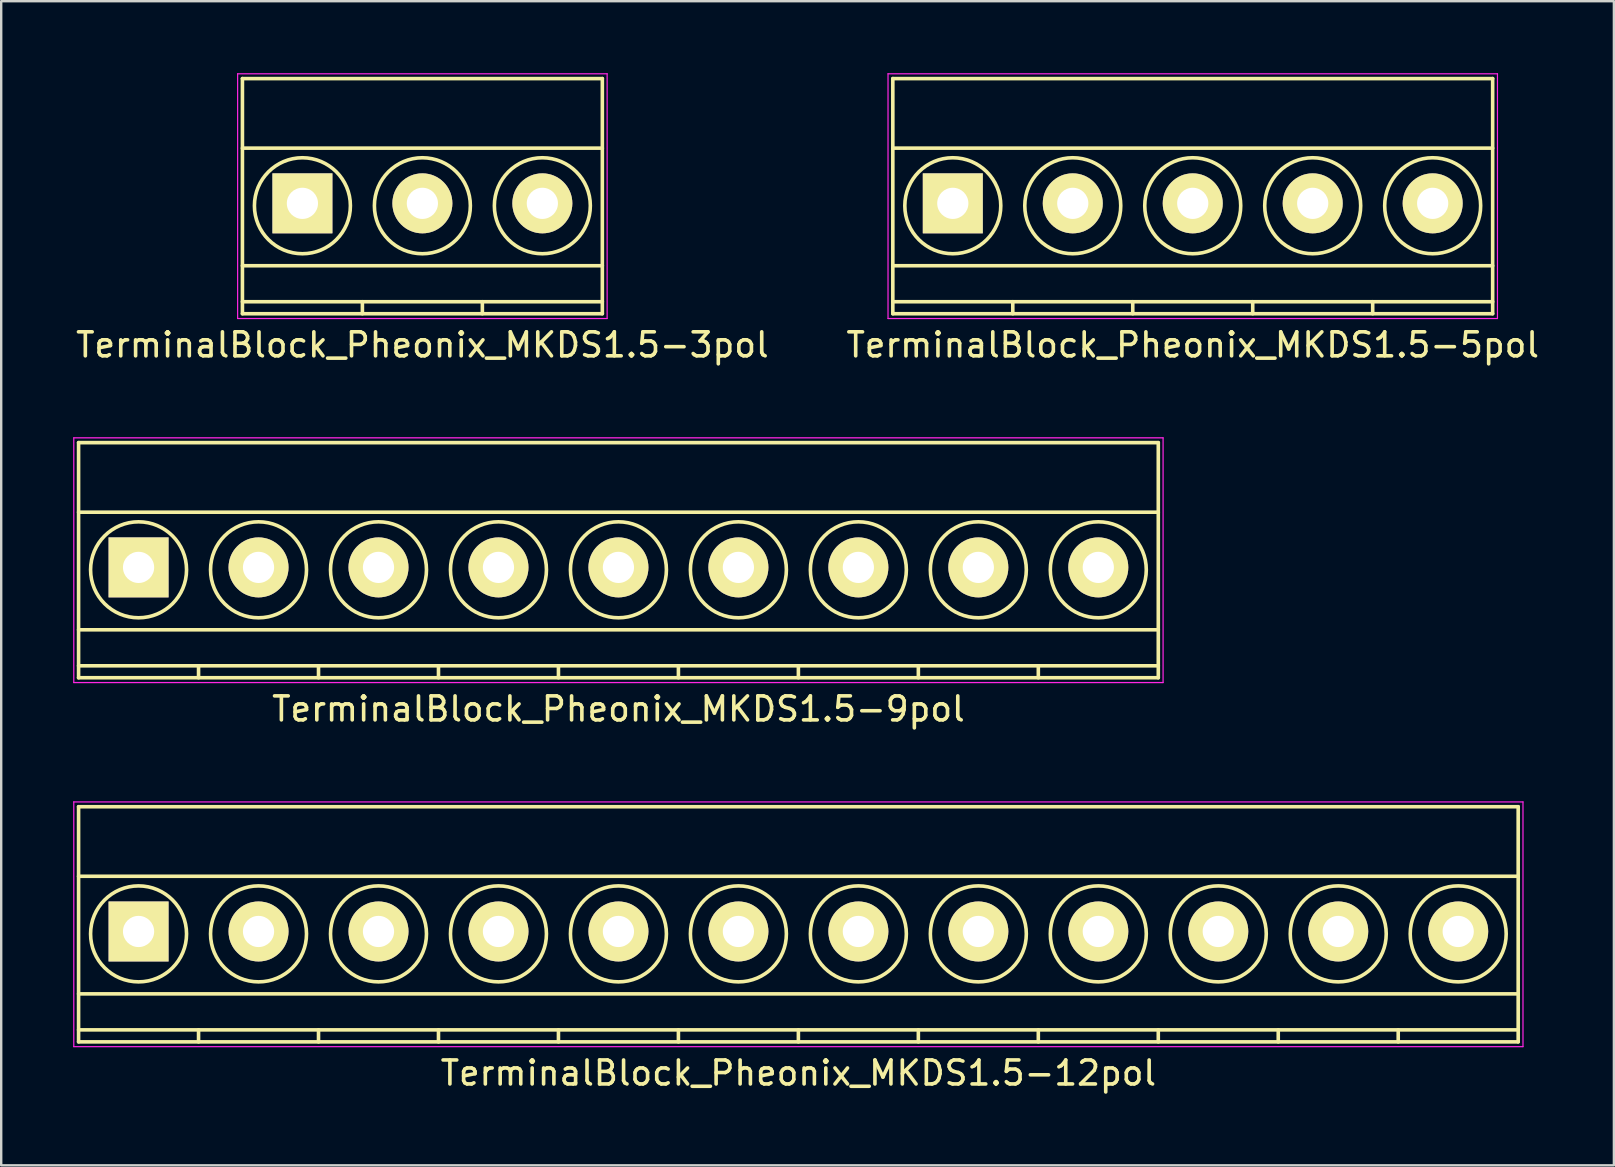
<source format=kicad_pcb>
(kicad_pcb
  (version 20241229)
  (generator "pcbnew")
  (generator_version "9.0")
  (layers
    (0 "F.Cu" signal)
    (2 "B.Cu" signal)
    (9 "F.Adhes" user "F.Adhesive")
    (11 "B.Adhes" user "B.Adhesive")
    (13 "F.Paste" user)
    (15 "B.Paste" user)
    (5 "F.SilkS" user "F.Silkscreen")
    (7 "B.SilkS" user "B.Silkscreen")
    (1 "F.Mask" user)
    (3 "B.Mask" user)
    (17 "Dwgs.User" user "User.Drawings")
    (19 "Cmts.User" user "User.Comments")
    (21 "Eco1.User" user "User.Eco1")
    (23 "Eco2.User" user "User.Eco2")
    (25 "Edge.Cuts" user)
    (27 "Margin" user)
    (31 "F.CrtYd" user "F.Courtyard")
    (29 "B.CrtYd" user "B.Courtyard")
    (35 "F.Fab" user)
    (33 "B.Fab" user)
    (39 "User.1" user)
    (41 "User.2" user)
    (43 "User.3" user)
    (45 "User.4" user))
  (footprint "TerminalBlock_Pheonix_MKDS1.5-3pol"
    (layer "F.Cu")
    (at 9.554 5.425)
    (property "Reference" "TerminalBlock_Pheonix_MKDS1.5-3pol" (at 5 5.9 0) (layer "F.SilkS") (effects (font (size 1 1) (thickness 0.15))))
    (attr through_hole)
    (fp_line (start -2.5 -5.2) (end -2.5 4.6) (stroke (width 0.15) (type solid)) (layer "F.SilkS"))
    (fp_line (start -2.5 -2.3) (end 12.5 -2.3) (stroke (width 0.15) (type solid)) (layer "F.SilkS"))
    (fp_line (start -2.5 2.6) (end 12.5 2.6) (stroke (width 0.15) (type solid)) (layer "F.SilkS"))
    (fp_line (start -2.5 4.1) (end 12.5 4.1) (stroke (width 0.15) (type solid)) (layer "F.SilkS"))
    (fp_line (start -2.5 4.6) (end 12.5 4.6) (stroke (width 0.15) (type solid)) (layer "F.SilkS"))
    (fp_line (start 2.5 4.1) (end 2.5 4.6) (stroke (width 0.15) (type solid)) (layer "F.SilkS"))
    (fp_line (start 7.5 4.1) (end 7.5 4.6) (stroke (width 0.15) (type solid)) (layer "F.SilkS"))
    (fp_line (start 12.5 -5.2) (end -2.5 -5.2) (stroke (width 0.15) (type solid)) (layer "F.SilkS"))
    (fp_line (start 12.5 4.6) (end 12.5 -5.2) (stroke (width 0.15) (type solid)) (layer "F.SilkS"))
    (fp_circle (center 0 0.1) (end 2 0.1) (stroke (width 0.15) (type solid)) (fill no) (layer "F.SilkS"))
    (fp_circle (center 5 0.1) (end 3 0.1) (stroke (width 0.15) (type solid)) (fill no) (layer "F.SilkS"))
    (fp_circle (center 10 0.1) (end 8 0.1) (stroke (width 0.15) (type solid)) (fill no) (layer "F.SilkS"))
    (fp_line (start -2.7 -5.4) (end 12.7 -5.4) (stroke (width 0.05) (type solid)) (layer "F.CrtYd"))
    (fp_line (start -2.7 4.8) (end -2.7 -5.4) (stroke (width 0.05) (type solid)) (layer "F.CrtYd"))
    (fp_line (start 12.7 -5.4) (end 12.7 4.8) (stroke (width 0.05) (type solid)) (layer "F.CrtYd"))
    (fp_line (start 12.7 4.8) (end -2.7 4.8) (stroke (width 0.05) (type solid)) (layer "F.CrtYd"))
    (pad "1" thru_hole rect (at 0 0) (size 2.5 2.5) (drill 1.3) (layers "*.Cu" "*.Mask" "F.SilkS"))
    (pad "2" thru_hole circle (at 5 0) (size 2.5 2.5) (drill 1.3) (layers "*.Cu" "*.Mask" "F.SilkS"))
    (pad "3" thru_hole circle (at 10 0) (size 2.5 2.5) (drill 1.3) (layers "*.Cu" "*.Mask" "F.SilkS")))
  (footprint "TerminalBlock_Pheonix_MKDS1.5-9pol"
    (layer "F.Cu")
    (at 2.725 20.598)
    (property "Reference" "TerminalBlock_Pheonix_MKDS1.5-9pol" (at 20 5.9 0) (layer "F.SilkS") (effects (font (size 1 1) (thickness 0.15))))
    (attr through_hole)
    (fp_line (start -2.5 -5.2) (end -2.5 4.6) (stroke (width 0.15) (type solid)) (layer "F.SilkS"))
    (fp_line (start -2.5 -2.3) (end 42.5 -2.3) (stroke (width 0.15) (type solid)) (layer "F.SilkS"))
    (fp_line (start -2.5 2.6) (end 42.5 2.6) (stroke (width 0.15) (type solid)) (layer "F.SilkS"))
    (fp_line (start -2.5 4.1) (end 42.5 4.1) (stroke (width 0.15) (type solid)) (layer "F.SilkS"))
    (fp_line (start -2.5 4.6) (end 42.5 4.6) (stroke (width 0.15) (type solid)) (layer "F.SilkS"))
    (fp_line (start 2.5 4.1) (end 2.5 4.6) (stroke (width 0.15) (type solid)) (layer "F.SilkS"))
    (fp_line (start 7.5 4.1) (end 7.5 4.6) (stroke (width 0.15) (type solid)) (layer "F.SilkS"))
    (fp_line (start 12.5 4.1) (end 12.5 4.6) (stroke (width 0.15) (type solid)) (layer "F.SilkS"))
    (fp_line (start 17.5 4.1) (end 17.5 4.6) (stroke (width 0.15) (type solid)) (layer "F.SilkS"))
    (fp_line (start 22.5 4.1) (end 22.5 4.6) (stroke (width 0.15) (type solid)) (layer "F.SilkS"))
    (fp_line (start 27.5 4.1) (end 27.5 4.6) (stroke (width 0.15) (type solid)) (layer "F.SilkS"))
    (fp_line (start 32.5 4.1) (end 32.5 4.6) (stroke (width 0.15) (type solid)) (layer "F.SilkS"))
    (fp_line (start 37.5 4.1) (end 37.5 4.6) (stroke (width 0.15) (type solid)) (layer "F.SilkS"))
    (fp_line (start 42.5 -5.2) (end -2.5 -5.2) (stroke (width 0.15) (type solid)) (layer "F.SilkS"))
    (fp_line (start 42.5 4.6) (end 42.5 -5.2) (stroke (width 0.15) (type solid)) (layer "F.SilkS"))
    (fp_circle (center 0 0.1) (end 2 0.1) (stroke (width 0.15) (type solid)) (fill no) (layer "F.SilkS"))
    (fp_circle (center 5 0.1) (end 3 0.1) (stroke (width 0.15) (type solid)) (fill no) (layer "F.SilkS"))
    (fp_circle (center 10 0.1) (end 8 0.1) (stroke (width 0.15) (type solid)) (fill no) (layer "F.SilkS"))
    (fp_circle (center 15 0.1) (end 13 0.1) (stroke (width 0.15) (type solid)) (fill no) (layer "F.SilkS"))
    (fp_circle (center 20 0.1) (end 18 0.1) (stroke (width 0.15) (type solid)) (fill no) (layer "F.SilkS"))
    (fp_circle (center 25 0.1) (end 23 0.1) (stroke (width 0.15) (type solid)) (fill no) (layer "F.SilkS"))
    (fp_circle (center 30 0.1) (end 28 0.1) (stroke (width 0.15) (type solid)) (fill no) (layer "F.SilkS"))
    (fp_circle (center 35 0.1) (end 33 0.1) (stroke (width 0.15) (type solid)) (fill no) (layer "F.SilkS"))
    (fp_circle (center 40 0.1) (end 38 0.1) (stroke (width 0.15) (type solid)) (fill no) (layer "F.SilkS"))
    (fp_line (start -2.7 -5.4) (end 42.7 -5.4) (stroke (width 0.05) (type solid)) (layer "F.CrtYd"))
    (fp_line (start -2.7 4.8) (end -2.7 -5.4) (stroke (width 0.05) (type solid)) (layer "F.CrtYd"))
    (fp_line (start 42.7 -5.4) (end 42.7 4.8) (stroke (width 0.05) (type solid)) (layer "F.CrtYd"))
    (fp_line (start 42.7 4.8) (end -2.7 4.8) (stroke (width 0.05) (type solid)) (layer "F.CrtYd"))
    (pad "1" thru_hole rect (at 0 0) (size 2.5 2.5) (drill 1.3) (layers "*.Cu" "*.Mask" "F.SilkS"))
    (pad "2" thru_hole circle (at 5 0) (size 2.5 2.5) (drill 1.3) (layers "*.Cu" "*.Mask" "F.SilkS"))
    (pad "3" thru_hole circle (at 10 0) (size 2.5 2.5) (drill 1.3) (layers "*.Cu" "*.Mask" "F.SilkS"))
    (pad "4" thru_hole circle (at 15 0) (size 2.5 2.5) (drill 1.3) (layers "*.Cu" "*.Mask" "F.SilkS"))
    (pad "5" thru_hole circle (at 20 0) (size 2.5 2.5) (drill 1.3) (layers "*.Cu" "*.Mask" "F.SilkS"))
    (pad "6" thru_hole circle (at 25 0) (size 2.5 2.5) (drill 1.3) (layers "*.Cu" "*.Mask" "F.SilkS"))
    (pad "7" thru_hole circle (at 30 0) (size 2.5 2.5) (drill 1.3) (layers "*.Cu" "*.Mask" "F.SilkS"))
    (pad "8" thru_hole circle (at 35 0) (size 2.5 2.5) (drill 1.3) (layers "*.Cu" "*.Mask" "F.SilkS"))
    (pad "9" thru_hole circle (at 40 0) (size 2.5 2.5) (drill 1.3) (layers "*.Cu" "*.Mask" "F.SilkS")))
  (footprint "TerminalBlock_Pheonix_MKDS1.5-12pol"
    (layer "F.Cu")
    (at 2.725 35.772)
    (property "Reference" "TerminalBlock_Pheonix_MKDS1.5-12pol" (at 27.5 5.9 0) (layer "F.SilkS") (effects (font (size 1 1) (thickness 0.15))))
    (attr through_hole)
    (fp_line (start -2.5 -5.2) (end -2.5 4.6) (stroke (width 0.15) (type solid)) (layer "F.SilkS"))
    (fp_line (start -2.5 -2.3) (end 57.5 -2.3) (stroke (width 0.15) (type solid)) (layer "F.SilkS"))
    (fp_line (start -2.5 2.6) (end 57.5 2.6) (stroke (width 0.15) (type solid)) (layer "F.SilkS"))
    (fp_line (start -2.5 4.1) (end 57.5 4.1) (stroke (width 0.15) (type solid)) (layer "F.SilkS"))
    (fp_line (start -2.5 4.6) (end 57.5 4.6) (stroke (width 0.15) (type solid)) (layer "F.SilkS"))
    (fp_line (start 2.5 4.1) (end 2.5 4.6) (stroke (width 0.15) (type solid)) (layer "F.SilkS"))
    (fp_line (start 7.5 4.1) (end 7.5 4.6) (stroke (width 0.15) (type solid)) (layer "F.SilkS"))
    (fp_line (start 12.5 4.1) (end 12.5 4.6) (stroke (width 0.15) (type solid)) (layer "F.SilkS"))
    (fp_line (start 17.5 4.1) (end 17.5 4.6) (stroke (width 0.15) (type solid)) (layer "F.SilkS"))
    (fp_line (start 22.5 4.1) (end 22.5 4.6) (stroke (width 0.15) (type solid)) (layer "F.SilkS"))
    (fp_line (start 27.5 4.1) (end 27.5 4.6) (stroke (width 0.15) (type solid)) (layer "F.SilkS"))
    (fp_line (start 32.5 4.1) (end 32.5 4.6) (stroke (width 0.15) (type solid)) (layer "F.SilkS"))
    (fp_line (start 37.5 4.1) (end 37.5 4.6) (stroke (width 0.15) (type solid)) (layer "F.SilkS"))
    (fp_line (start 42.5 4.1) (end 42.5 4.6) (stroke (width 0.15) (type solid)) (layer "F.SilkS"))
    (fp_line (start 47.5 4.1) (end 47.5 4.6) (stroke (width 0.15) (type solid)) (layer "F.SilkS"))
    (fp_line (start 52.5 4.1) (end 52.5 4.6) (stroke (width 0.15) (type solid)) (layer "F.SilkS"))
    (fp_line (start 57.5 -5.2) (end -2.5 -5.2) (stroke (width 0.15) (type solid)) (layer "F.SilkS"))
    (fp_line (start 57.5 4.6) (end 57.5 -5.2) (stroke (width 0.15) (type solid)) (layer "F.SilkS"))
    (fp_circle (center 0 0.1) (end 2 0.1) (stroke (width 0.15) (type solid)) (fill no) (layer "F.SilkS"))
    (fp_circle (center 5 0.1) (end 3 0.1) (stroke (width 0.15) (type solid)) (fill no) (layer "F.SilkS"))
    (fp_circle (center 10 0.1) (end 8 0.1) (stroke (width 0.15) (type solid)) (fill no) (layer "F.SilkS"))
    (fp_circle (center 15 0.1) (end 13 0.1) (stroke (width 0.15) (type solid)) (fill no) (layer "F.SilkS"))
    (fp_circle (center 20 0.1) (end 18 0.1) (stroke (width 0.15) (type solid)) (fill no) (layer "F.SilkS"))
    (fp_circle (center 25 0.1) (end 23 0.1) (stroke (width 0.15) (type solid)) (fill no) (layer "F.SilkS"))
    (fp_circle (center 30 0.1) (end 28 0.1) (stroke (width 0.15) (type solid)) (fill no) (layer "F.SilkS"))
    (fp_circle (center 35 0.1) (end 33 0.1) (stroke (width 0.15) (type solid)) (fill no) (layer "F.SilkS"))
    (fp_circle (center 40 0.1) (end 38 0.1) (stroke (width 0.15) (type solid)) (fill no) (layer "F.SilkS"))
    (fp_circle (center 45 0.1) (end 43 0.1) (stroke (width 0.15) (type solid)) (fill no) (layer "F.SilkS"))
    (fp_circle (center 50 0.1) (end 48 0.1) (stroke (width 0.15) (type solid)) (fill no) (layer "F.SilkS"))
    (fp_circle (center 55 0.1) (end 53 0.1) (stroke (width 0.15) (type solid)) (fill no) (layer "F.SilkS"))
    (fp_line (start -2.7 -5.4) (end 57.7 -5.4) (stroke (width 0.05) (type solid)) (layer "F.CrtYd"))
    (fp_line (start -2.7 4.8) (end -2.7 -5.4) (stroke (width 0.05) (type solid)) (layer "F.CrtYd"))
    (fp_line (start 57.7 -5.4) (end 57.7 4.8) (stroke (width 0.05) (type solid)) (layer "F.CrtYd"))
    (fp_line (start 57.7 4.8) (end -2.7 4.8) (stroke (width 0.05) (type solid)) (layer "F.CrtYd"))
    (pad "1" thru_hole rect (at 0 0) (size 2.5 2.5) (drill 1.3) (layers "*.Cu" "*.Mask" "F.SilkS"))
    (pad "2" thru_hole circle (at 5 0) (size 2.5 2.5) (drill 1.3) (layers "*.Cu" "*.Mask" "F.SilkS"))
    (pad "3" thru_hole circle (at 10 0) (size 2.5 2.5) (drill 1.3) (layers "*.Cu" "*.Mask" "F.SilkS"))
    (pad "4" thru_hole circle (at 15 0) (size 2.5 2.5) (drill 1.3) (layers "*.Cu" "*.Mask" "F.SilkS"))
    (pad "5" thru_hole circle (at 20 0) (size 2.5 2.5) (drill 1.3) (layers "*.Cu" "*.Mask" "F.SilkS"))
    (pad "6" thru_hole circle (at 25 0) (size 2.5 2.5) (drill 1.3) (layers "*.Cu" "*.Mask" "F.SilkS"))
    (pad "7" thru_hole circle (at 30 0) (size 2.5 2.5) (drill 1.3) (layers "*.Cu" "*.Mask" "F.SilkS"))
    (pad "8" thru_hole circle (at 35 0) (size 2.5 2.5) (drill 1.3) (layers "*.Cu" "*.Mask" "F.SilkS"))
    (pad "9" thru_hole circle (at 40 0) (size 2.5 2.5) (drill 1.3) (layers "*.Cu" "*.Mask" "F.SilkS"))
    (pad "10" thru_hole circle (at 45 0) (size 2.5 2.5) (drill 1.3) (layers "*.Cu" "*.Mask" "F.SilkS"))
    (pad "11" thru_hole circle (at 50 0) (size 2.5 2.5) (drill 1.3) (layers "*.Cu" "*.Mask" "F.SilkS"))
    (pad "12" thru_hole circle (at 55 0) (size 2.5 2.5) (drill 1.3) (layers "*.Cu" "*.Mask" "F.SilkS")))
  (footprint "TerminalBlock_Pheonix_MKDS1.5-5pol"
    (layer "F.Cu")
    (at 36.661 5.425)
    (property "Reference" "TerminalBlock_Pheonix_MKDS1.5-5pol" (at 10 5.9 0) (layer "F.SilkS") (effects (font (size 1 1) (thickness 0.15))))
    (attr through_hole)
    (fp_line (start -2.5 -5.2) (end -2.5 4.6) (stroke (width 0.15) (type solid)) (layer "F.SilkS"))
    (fp_line (start -2.5 -2.3) (end 22.5 -2.3) (stroke (width 0.15) (type solid)) (layer "F.SilkS"))
    (fp_line (start -2.5 2.6) (end 22.5 2.6) (stroke (width 0.15) (type solid)) (layer "F.SilkS"))
    (fp_line (start -2.5 4.1) (end 22.5 4.1) (stroke (width 0.15) (type solid)) (layer "F.SilkS"))
    (fp_line (start -2.5 4.6) (end 22.5 4.6) (stroke (width 0.15) (type solid)) (layer "F.SilkS"))
    (fp_line (start 2.5 4.1) (end 2.5 4.6) (stroke (width 0.15) (type solid)) (layer "F.SilkS"))
    (fp_line (start 7.5 4.1) (end 7.5 4.6) (stroke (width 0.15) (type solid)) (layer "F.SilkS"))
    (fp_line (start 12.5 4.1) (end 12.5 4.6) (stroke (width 0.15) (type solid)) (layer "F.SilkS"))
    (fp_line (start 17.5 4.1) (end 17.5 4.6) (stroke (width 0.15) (type solid)) (layer "F.SilkS"))
    (fp_line (start 22.5 -5.2) (end -2.5 -5.2) (stroke (width 0.15) (type solid)) (layer "F.SilkS"))
    (fp_line (start 22.5 4.6) (end 22.5 -5.2) (stroke (width 0.15) (type solid)) (layer "F.SilkS"))
    (fp_circle (center 0 0.1) (end 2 0.1) (stroke (width 0.15) (type solid)) (fill no) (layer "F.SilkS"))
    (fp_circle (center 5 0.1) (end 3 0.1) (stroke (width 0.15) (type solid)) (fill no) (layer "F.SilkS"))
    (fp_circle (center 10 0.1) (end 8 0.1) (stroke (width 0.15) (type solid)) (fill no) (layer "F.SilkS"))
    (fp_circle (center 15 0.1) (end 13 0.1) (stroke (width 0.15) (type solid)) (fill no) (layer "F.SilkS"))
    (fp_circle (center 20 0.1) (end 18 0.1) (stroke (width 0.15) (type solid)) (fill no) (layer "F.SilkS"))
    (fp_line (start -2.7 -5.4) (end -2.7 4.8) (stroke (width 0.05) (type solid)) (layer "F.CrtYd"))
    (fp_line (start -2.7 4.8) (end 22.7 4.8) (stroke (width 0.05) (type solid)) (layer "F.CrtYd"))
    (fp_line (start 22.7 -5.4) (end -2.7 -5.4) (stroke (width 0.05) (type solid)) (layer "F.CrtYd"))
    (fp_line (start 22.7 4.8) (end 22.7 -5.4) (stroke (width 0.05) (type solid)) (layer "F.CrtYd"))
    (pad "1" thru_hole rect (at 0 0) (size 2.5 2.5) (drill 1.3) (layers "*.Cu" "*.Mask" "F.SilkS"))
    (pad "2" thru_hole circle (at 5 0) (size 2.5 2.5) (drill 1.3) (layers "*.Cu" "*.Mask" "F.SilkS"))
    (pad "3" thru_hole circle (at 10 0) (size 2.5 2.5) (drill 1.3) (layers "*.Cu" "*.Mask" "F.SilkS"))
    (pad "4" thru_hole circle (at 15 0) (size 2.5 2.5) (drill 1.3) (layers "*.Cu" "*.Mask" "F.SilkS"))
    (pad "5" thru_hole circle (at 20 0) (size 2.5 2.5) (drill 1.3) (layers "*.Cu" "*.Mask" "F.SilkS")))
  (gr_rect
    (start -3 -3)
    (end 64.214 45.52)
    (stroke (width 0.1) (type default))
    (fill no)
    (layer "Edge.Cuts")))
</source>
